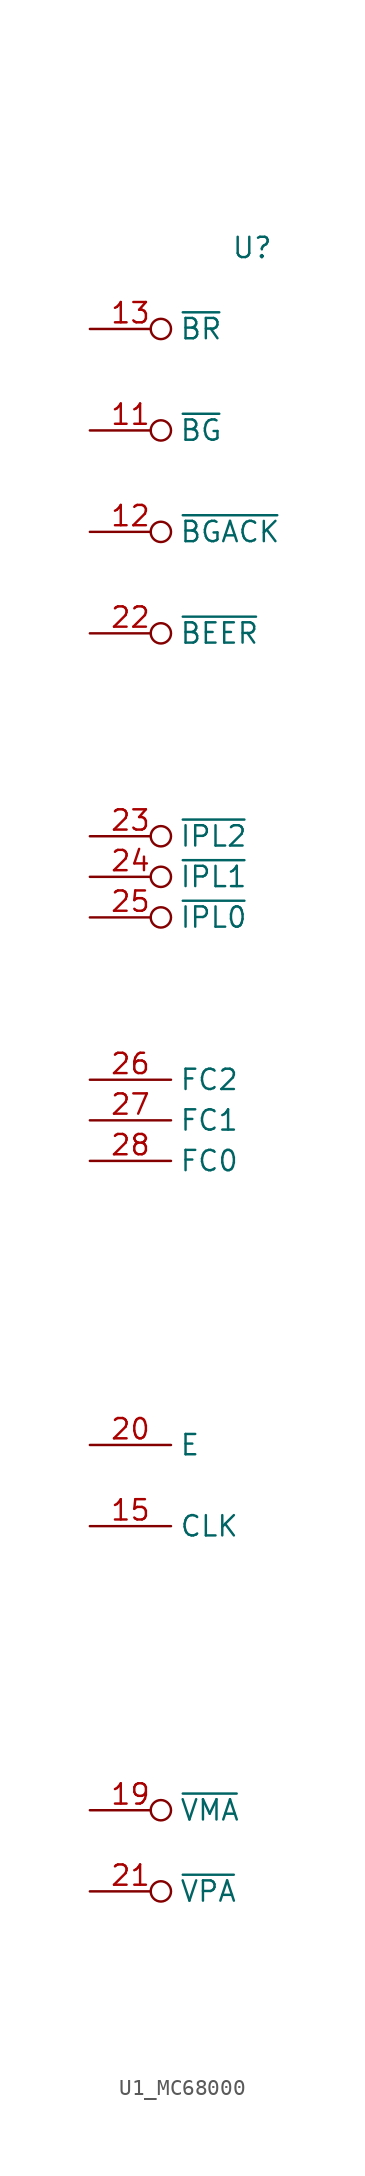
<source format=kicad_sym>
(kicad_symbol_lib
  (version 20220914)
  (generator kicad_symbol_editor)
  (symbol "U1_MC68000"
    (property "Reference" "U"
      (at 0 0 0)
      (effects (font (size 1.27 1.27))))
    (property "Value" ""
      (at 0 0 0)
      (effects (font (size 1.27 1.27))))
    (symbol "U1_MC68000_1_1"
      (pin input inverted (at -10.16 -11.43 0) (length 5.08) (name "~{BG}" (effects (font (size 1.27 1.27)))) (number "11" (effects (font (size 1.27 1.27)))))
      (pin input inverted (at -10.16 -17.78 0) (length 5.08) (name "~{BGACK}" (effects (font (size 1.27 1.27)))) (number "12" (effects (font (size 1.27 1.27)))))
      (pin input inverted (at -10.16 -5.08 0) (length 5.08) (name "~{BR}" (effects (font (size 1.27 1.27)))) (number "13" (effects (font (size 1.27 1.27)))))
      (pin input line (at -10.16 -80.01 0) (length 5.08) (name "CLK" (effects (font (size 1.27 1.27)))) (number "15" (effects (font (size 1.27 1.27)))))
      (pin input inverted (at -10.16 -97.79 0) (length 5.08) (name "~{VMA}" (effects (font (size 1.27 1.27)))) (number "19" (effects (font (size 1.27 1.27)))))
      (pin input line (at -10.16 -74.93 0) (length 5.08) (name "E" (effects (font (size 1.27 1.27)))) (number "20" (effects (font (size 1.27 1.27)))))
      (pin input inverted (at -10.16 -102.87 0) (length 5.08) (name "~{VPA}" (effects (font (size 1.27 1.27)))) (number "21" (effects (font (size 1.27 1.27)))))
      (pin input inverted (at -10.16 -24.13 0) (length 5.08) (name "~{BEER}" (effects (font (size 1.27 1.27)))) (number "22" (effects (font (size 1.27 1.27)))))
      (pin input inverted (at -10.16 -36.83 0) (length 5.08) (name "~{IPL2}" (effects (font (size 1.27 1.27)))) (number "23" (effects (font (size 1.27 1.27)))))
      (pin input inverted (at -10.16 -39.37 0) (length 5.08) (name "~{IPL1}" (effects (font (size 1.27 1.27)))) (number "24" (effects (font (size 1.27 1.27)))))
      (pin input inverted (at -10.16 -41.91 0) (length 5.08) (name "~{IPL0}" (effects (font (size 1.27 1.27)))) (number "25" (effects (font (size 1.27 1.27)))))
      (pin input line (at -10.16 -52.07 0) (length 5.08) (name "FC2" (effects (font (size 1.27 1.27)))) (number "26" (effects (font (size 1.27 1.27)))))
      (pin input line (at -10.16 -54.61 0) (length 5.08) (name "FC1" (effects (font (size 1.27 1.27)))) (number "27" (effects (font (size 1.27 1.27)))))
      (pin input line (at -10.16 -57.15 0) (length 5.08) (name "FC0" (effects (font (size 1.27 1.27)))) (number "28" (effects (font (size 1.27 1.27))))))))
</source>
